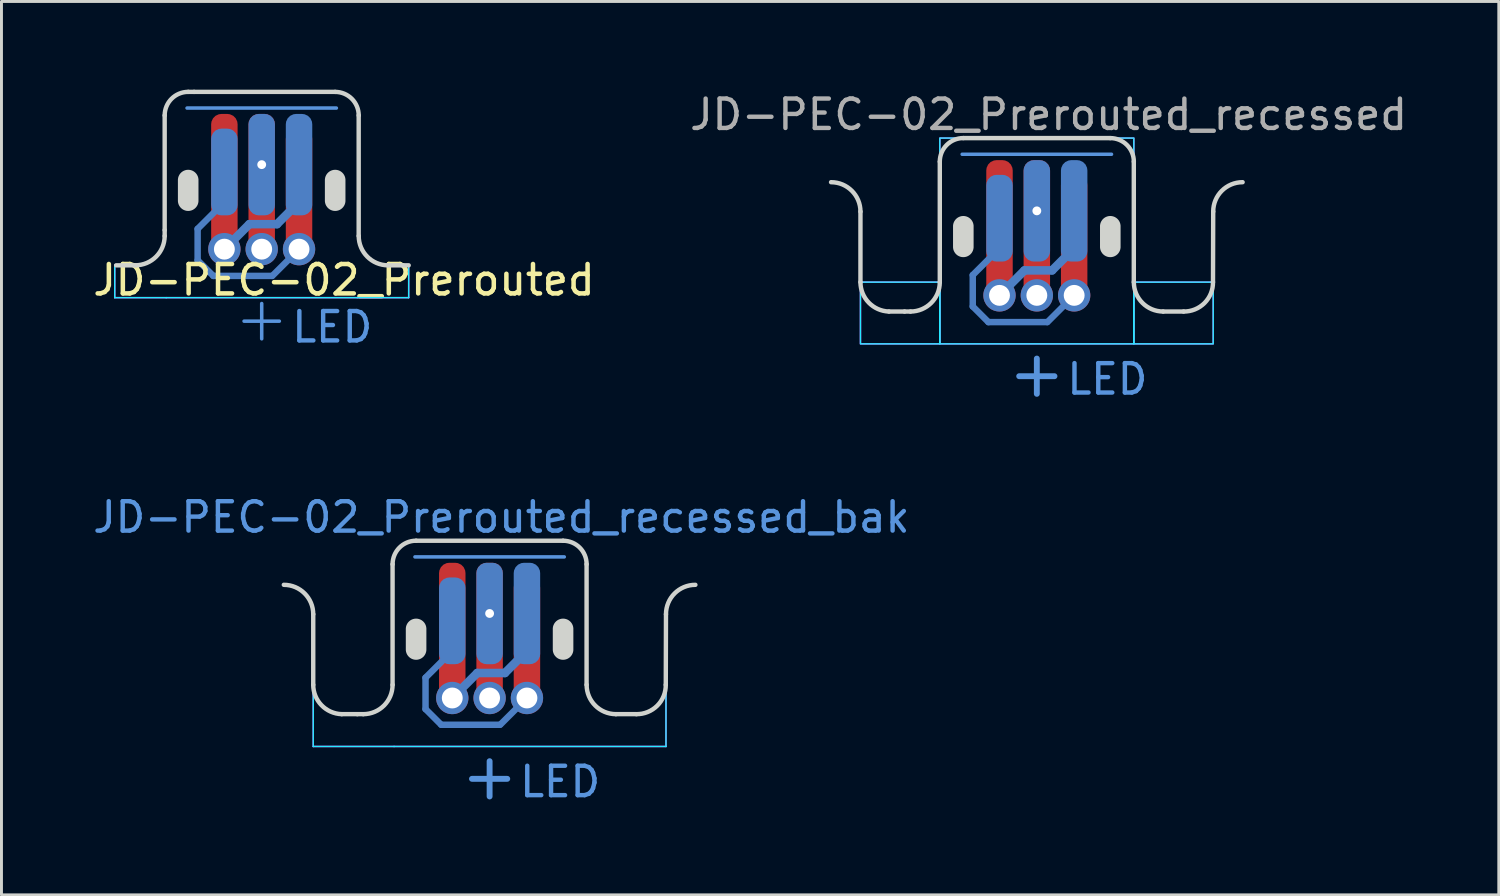
<source format=kicad_pcb>
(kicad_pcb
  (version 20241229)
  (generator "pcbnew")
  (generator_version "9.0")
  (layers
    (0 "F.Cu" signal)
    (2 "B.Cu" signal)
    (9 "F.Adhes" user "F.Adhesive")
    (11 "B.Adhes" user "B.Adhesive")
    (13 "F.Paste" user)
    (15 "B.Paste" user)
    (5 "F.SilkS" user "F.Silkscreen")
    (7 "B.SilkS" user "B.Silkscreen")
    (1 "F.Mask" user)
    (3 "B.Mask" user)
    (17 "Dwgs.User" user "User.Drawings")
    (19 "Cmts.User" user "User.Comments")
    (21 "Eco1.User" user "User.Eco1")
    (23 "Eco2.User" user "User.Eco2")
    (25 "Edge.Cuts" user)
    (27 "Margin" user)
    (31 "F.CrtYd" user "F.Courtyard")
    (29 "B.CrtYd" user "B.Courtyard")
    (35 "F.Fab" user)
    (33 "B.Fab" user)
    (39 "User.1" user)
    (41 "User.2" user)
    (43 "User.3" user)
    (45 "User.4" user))
  (footprint "JD-PEC-02_Prerouted_recessed_bak"
    (layer "F.Cu")
    (at 13.606 19.345)
    (property "Reference" "JD-PEC-02_Prerouted_recessed_bak" (at 0.4 -4.8 0) (layer "Cmts.User") (effects (font (size 1 1) (thickness 0.15))))
    (attr through_hole)
    (fp_line (start -2.54 -3.45) (end 2.54 -3.45) (stroke (width 0.12) (type solid)) (layer "Cmts.User"))
    (fp_line (start -0.6 4.1) (end 0.6 4.1) (stroke (width 0.2) (type solid)) (layer "Cmts.User"))
    (fp_line (start 0 3.5) (end 0 4.7) (stroke (width 0.2) (type solid)) (layer "Cmts.User"))
    (fp_line (start -6 -1.5) (end -6 0.9) (stroke (width 0.15) (type solid)) (layer "Edge.Cuts"))
    (fp_line (start -5.031 1.9) (end -4.5 1.9) (stroke (width 0.15) (type solid)) (layer "Edge.Cuts"))
    (fp_line (start -4.298 1.9) (end -4.5 1.9) (stroke (width 0.15) (type solid)) (layer "Edge.Cuts"))
    (fp_line (start -3.301 -3.2) (end -3.301 0.902) (stroke (width 0.15) (type solid)) (layer "Edge.Cuts"))
    (fp_line (start 2.499 -4) (end -2.501 -4) (stroke (width 0.15) (type solid)) (layer "Edge.Cuts"))
    (fp_line (start 3.299 -3.2) (end 3.299 0.9) (stroke (width 0.15) (type solid)) (layer "Edge.Cuts"))
    (fp_line (start 4.298 1.9) (end 4.993 1.9) (stroke (width 0.15) (type solid)) (layer "Edge.Cuts"))
    (fp_line (start 6 -1.5) (end 5.993 0.9) (stroke (width 0.15) (type solid)) (layer "Edge.Cuts"))
    (fp_arc (start -7 -2.5) (mid -6.292893 -2.207107) (end -6 -1.5) (stroke (width 0.15) (type solid)) (layer "Edge.Cuts"))
    (fp_arc (start -5.031284 1.9) (mid -5.718428 1.596304) (end -6.000489 0.9) (stroke (width 0.15) (type solid)) (layer "Edge.Cuts"))
    (fp_arc (start -3.300852 -3.2) (mid -3.066589 -3.765986) (end -2.500853 -4.000852) (stroke (width 0.15) (type solid)) (layer "Edge.Cuts"))
    (fp_arc (start -3.300852 0.902) (mid -3.592971 1.607142) (end -4.297807 1.9) (stroke (width 0.15) (type solid)) (layer "Edge.Cuts"))
    (fp_arc (start 2.499148 -4) (mid 3.065384 -3.765987) (end 3.3 -3.2) (stroke (width 0.15) (type solid)) (layer "Edge.Cuts"))
    (fp_arc (start 4.297807 1.9) (mid 3.592117 1.606333) (end 3.299998 0.9) (stroke (width 0.15) (type solid)) (layer "Edge.Cuts"))
    (fp_arc (start 5.992893 0.9) (mid 5.703928 1.611035) (end 4.992893 1.9) (stroke (width 0.15) (type solid)) (layer "Edge.Cuts"))
    (fp_arc (start 6 -1.5) (mid 6.292893 -2.207107) (end 7 -2.5) (stroke (width 0.15) (type solid)) (layer "Edge.Cuts"))
    (fp_poly (pts (arc (start -2.150853 -1.000001) (mid -2.500852 -1.35) (end -2.850851 -1.000001)) (arc (start -2.850851 -0.300002) (mid -2.500852 0.049997) (end -2.150853 -0.300002))) (stroke (width 0) (type solid)) (fill yes) (layer "Edge.Cuts"))
    (fp_poly (pts (arc (start 2.849147 -1.000001) (mid 2.499148 -1.35) (end 2.149149 -1.000001)) (arc (start 2.149149 -0.300002) (mid 2.499148 0.049997) (end 2.849147 -0.300002))) (stroke (width 0) (type solid)) (fill yes) (layer "Edge.Cuts"))
    (fp_line (start -6 0.9) (end -6 3) (stroke (width 0.05) (type solid)) (layer "B.CrtYd"))
    (fp_line (start -6 3) (end -3.25 3) (stroke (width 0.05) (type solid)) (layer "B.CrtYd"))
    (fp_line (start -4.2 1.9) (end -5.031 1.9) (stroke (width 0.05) (type solid)) (layer "B.CrtYd"))
    (fp_line (start -3.301 -3.2) (end -3.301 0.902) (stroke (width 0.05) (type solid)) (layer "B.CrtYd"))
    (fp_line (start -2.501 -4) (end 2.5 -4) (stroke (width 0.05) (type solid)) (layer "B.CrtYd"))
    (fp_line (start 3.3 -3.2) (end 3.299 0.9) (stroke (width 0.05) (type solid)) (layer "B.CrtYd"))
    (fp_line (start 4.298 1.9) (end 5 1.9) (stroke (width 0.05) (type solid)) (layer "B.CrtYd"))
    (fp_line (start 6 0.9) (end 6 3) (stroke (width 0.05) (type solid)) (layer "B.CrtYd"))
    (fp_line (start 6 3) (end -3.25 3) (stroke (width 0.05) (type solid)) (layer "B.CrtYd"))
    (fp_arc (start -5.031284 1.9) (mid -5.718408 1.596284) (end -6.000489 0.9) (stroke (width 0.05) (type solid)) (layer "B.CrtYd"))
    (fp_arc (start -3.300852 -3.2) (mid -3.066589 -3.765986) (end -2.500853 -4.000852) (stroke (width 0.05) (type solid)) (layer "B.CrtYd"))
    (fp_arc (start -3.299511 0.9) (mid -3.581593 1.596284) (end -4.268716 1.9) (stroke (width 0.05) (type solid)) (layer "B.CrtYd"))
    (fp_arc (start 2.5 -4) (mid 3.065685 -3.765685) (end 3.3 -3.2) (stroke (width 0.05) (type solid)) (layer "B.CrtYd"))
    (fp_arc (start 4.297807 1.9) (mid 3.592051 1.606398) (end 3.299998 0.9) (stroke (width 0.05) (type solid)) (layer "B.CrtYd"))
    (fp_arc (start 6 0.9) (mid 5.707107 1.607107) (end 5 1.9) (stroke (width 0.05) (type solid)) (layer "B.CrtYd"))
    (fp_line (start -6 0.9) (end -6 3) (stroke (width 0.05) (type solid)) (layer "F.CrtYd"))
    (fp_line (start -6 3) (end -3.25 3) (stroke (width 0.05) (type solid)) (layer "F.CrtYd"))
    (fp_line (start -4.2 1.9) (end -5.031 1.9) (stroke (width 0.05) (type solid)) (layer "F.CrtYd"))
    (fp_line (start -3.301 -3.2) (end -3.301 0.902) (stroke (width 0.05) (type solid)) (layer "F.CrtYd"))
    (fp_line (start -2.501 -4) (end 2.5 -4) (stroke (width 0.05) (type solid)) (layer "F.CrtYd"))
    (fp_line (start 3.3 -3.2) (end 3.299 0.9) (stroke (width 0.05) (type solid)) (layer "F.CrtYd"))
    (fp_line (start 4.298 1.9) (end 5 1.9) (stroke (width 0.05) (type solid)) (layer "F.CrtYd"))
    (fp_line (start 6 0.9) (end 6 3) (stroke (width 0.05) (type solid)) (layer "F.CrtYd"))
    (fp_line (start 6 3) (end -3.25 3) (stroke (width 0.05) (type solid)) (layer "F.CrtYd"))
    (fp_arc (start -5.031284 1.9) (mid -5.718408 1.596284) (end -6.000489 0.9) (stroke (width 0.05) (type solid)) (layer "F.CrtYd"))
    (fp_arc (start -3.300852 -3.2) (mid -3.066589 -3.765986) (end -2.500853 -4.000852) (stroke (width 0.05) (type solid)) (layer "F.CrtYd"))
    (fp_arc (start -3.299511 0.9) (mid -3.581572 1.596304) (end -4.268716 1.9) (stroke (width 0.05) (type solid)) (layer "F.CrtYd"))
    (fp_arc (start 2.5 -4) (mid 3.065685 -3.765685) (end 3.3 -3.2) (stroke (width 0.05) (type solid)) (layer "F.CrtYd"))
    (fp_arc (start 4.297807 1.9) (mid 3.592117 1.606333) (end 3.299998 0.9) (stroke (width 0.05) (type solid)) (layer "F.CrtYd"))
    (fp_arc (start 6 0.9) (mid 5.707107 1.607107) (end 5 1.9) (stroke (width 0.05) (type solid)) (layer "F.CrtYd"))
    (fp_text user "LED" (at 2.4 4.2 0) (unlocked yes) (layer "Cmts.User") (effects (font (size 1 1) (thickness 0.15))))
    (pad "1" smd oval (at -2.18 1.194 90) (size 1.287 0.22) (layers "B.Cu"))
    (pad "1" smd oval (at -1.913 1.994 315) (size 0.974 0.22) (layers "B.Cu"))
    (pad "1" smd oval (at -1.725 0.205 45) (size 1.507 0.22) (layers "B.Cu"))
    (pad "1" smd roundrect (at -1.27 -1.275) (size 0.9 2.95) (layers "B.Cu" "B.Mask") (roundrect_rratio 0.389))
    (pad "1" smd oval (at -0.651 2.26) (size 2.212 0.22) (layers "B.Cu"))
    (pad "1" smd oval (at 0.815 1.805 45) (size 1.507 0.22) (layers "B.Cu"))
    (pad "1" smd roundrect (at 1.27 -0.475) (size 0.9 4.55) (layers "F.Cu" "F.Mask") (roundrect_rratio 0.389))
    (pad "1" thru_hole circle (at 1.27 1.35) (size 1.1 1.1) (drill 0.71) (layers "*.Cu" "*.Mask"))
    (pad "2" thru_hole circle (at 0 -1.525) (size 0.6 0.6) (drill 0.3) (layers "*.Cu" "*.Mask"))
    (pad "2" smd roundrect (at 0 -1.525) (size 0.9 3.45) (layers "B.Cu" "B.Mask") (roundrect_rratio 0.389))
    (pad "2" smd roundrect (at 0 -0.725) (size 0.9 5.05) (layers "F.Cu" "F.Mask") (roundrect_rratio 0.389))
    (pad "2" thru_hole circle (at 0 1.35) (size 1.1 1.1) (drill 0.71) (layers "*.Cu" "*.Mask"))
    (pad "3" smd roundrect (at -1.27 -0.725) (size 0.9 5.05) (layers "F.Cu" "F.Mask") (roundrect_rratio 0.389))
    (pad "3" thru_hole circle (at -1.27 1.35) (size 1.1 1.1) (drill 0.71) (layers "*.Cu" "*.Mask"))
    (pad "3" smd oval (at -0.845 0.925 45) (size 1.492 0.29) (layers "B.Cu"))
    (pad "3" smd oval (at 0.05 0.5) (size 1.23 0.29) (layers "B.Cu"))
    (pad "3" smd oval (at 0.895 0.125 45) (size 1.351 0.29) (layers "B.Cu"))
    (pad "3" smd roundrect (at 1.27 -1.525) (size 0.9 3.45) (layers "B.Cu" "B.Mask") (roundrect_rratio 0.389)))
  (footprint "JD-PEC-02_Prerouted"
    (layer "F.Cu")
    (at 5.853 4.076)
    (property "Reference" "JD-PEC-02_Prerouted" (at 2.8 2.4 0) (layer "F.SilkS") (effects (font (size 1 1) (thickness 0.153))))
    (attr through_hole)
    (fp_line (start -2.54 -3.45) (end 2.54 -3.45) (stroke (width 0.12) (type solid)) (layer "Cmts.User"))
    (fp_line (start -0.6 3.8) (end 0.6 3.8) (stroke (width 0.12) (type solid)) (layer "Cmts.User"))
    (fp_line (start 0 3.2) (end 0 4.4) (stroke (width 0.12) (type solid)) (layer "Cmts.User"))
    (fp_circle (center -1.271 1.3) (end -0.916 1.3) (stroke (width 0.15) (type solid)) (fill no) (layer "Eco1.User"))
    (fp_circle (center -0.001 1.3) (end 0.354 1.3) (stroke (width 0.15) (type solid)) (fill no) (layer "Eco1.User"))
    (fp_circle (center 1.269 1.3) (end 1.624 1.3) (stroke (width 0.15) (type solid)) (fill no) (layer "Eco1.User"))
    (fp_line (start -4.951 1.9) (end -4.298 1.9) (stroke (width 0.15) (type solid)) (layer "Edge.Cuts"))
    (fp_line (start -3.301 -3.2) (end -3.301 0.7) (stroke (width 0.15) (type solid)) (layer "Edge.Cuts"))
    (fp_line (start -3.301 0.7) (end -3.301 0.902) (stroke (width 0.15) (type solid)) (layer "Edge.Cuts"))
    (fp_line (start -2.501 -4) (end -2.3 -4) (stroke (width 0.15) (type solid)) (layer "Edge.Cuts"))
    (fp_line (start 2.499 -4) (end -2.3 -4) (stroke (width 0.15) (type solid)) (layer "Edge.Cuts"))
    (fp_line (start 3.299 -3.2) (end 3.299 0.9) (stroke (width 0.15) (type solid)) (layer "Edge.Cuts"))
    (fp_line (start 4.298 1.9) (end 5 1.9) (stroke (width 0.15) (type solid)) (layer "Edge.Cuts"))
    (fp_arc (start -3.300852 -3.2) (mid -3.066589 -3.765986) (end -2.500853 -4.000852) (stroke (width 0.15) (type solid)) (layer "Edge.Cuts"))
    (fp_arc (start -3.300852 0.902) (mid -3.593427 1.606438) (end -4.297809 1.899148) (stroke (width 0.15) (type solid)) (layer "Edge.Cuts"))
    (fp_arc (start 2.499148 -4) (mid 3.065384 -3.765987) (end 3.3 -3.2) (stroke (width 0.15) (type solid)) (layer "Edge.Cuts"))
    (fp_arc (start 4.297807 1.9) (mid 3.592117 1.606333) (end 3.299998 0.9) (stroke (width 0.15) (type solid)) (layer "Edge.Cuts"))
    (fp_poly (pts (arc (start -2.150853 -1.000001) (mid -2.500852 -1.35) (end -2.850851 -1.000001)) (arc (start -2.850851 -0.300002) (mid -2.500852 0.049997) (end -2.150853 -0.300002))) (stroke (width 0) (type solid)) (fill yes) (layer "Edge.Cuts"))
    (fp_poly (pts (arc (start 2.849147 -1.000001) (mid 2.499148 -1.35) (end 2.149149 -1.000001)) (arc (start 2.149149 -0.300002) (mid 2.499148 0.049997) (end 2.849147 -0.300002))) (stroke (width 0) (type solid)) (fill yes) (layer "Edge.Cuts"))
    (fp_line (start -5 1.9) (end -5 3) (stroke (width 0.05) (type solid)) (layer "B.CrtYd"))
    (fp_line (start -5 3) (end -3.25 3) (stroke (width 0.05) (type solid)) (layer "B.CrtYd"))
    (fp_line (start -4.2 1.9) (end -5 1.9) (stroke (width 0.05) (type solid)) (layer "B.CrtYd"))
    (fp_line (start -3.301 -3.2) (end -3.301 0.902) (stroke (width 0.05) (type solid)) (layer "B.CrtYd"))
    (fp_line (start -2.501 -4) (end 2.499 -4) (stroke (width 0.05) (type solid)) (layer "B.CrtYd"))
    (fp_line (start 3.25 3) (end -3.25 3) (stroke (width 0.05) (type solid)) (layer "B.CrtYd"))
    (fp_line (start 3.299 -3.2) (end 3.299 0.9) (stroke (width 0.05) (type solid)) (layer "B.CrtYd"))
    (fp_line (start 4.298 1.9) (end 5 1.9) (stroke (width 0.05) (type solid)) (layer "B.CrtYd"))
    (fp_line (start 5 1.9) (end 5 3) (stroke (width 0.05) (type solid)) (layer "B.CrtYd"))
    (fp_line (start 5 3) (end 3.25 3) (stroke (width 0.05) (type solid)) (layer "B.CrtYd"))
    (fp_arc (start -3.300852 -3.2) (mid -3.06651 -3.765907) (end -2.500853 -4.000852) (stroke (width 0.05) (type solid)) (layer "B.CrtYd"))
    (fp_arc (start -3.300852 0.902) (mid -3.559786 1.571233) (end -4.200581 1.894191) (stroke (width 0.05) (type solid)) (layer "B.CrtYd"))
    (fp_arc (start 2.499148 -4) (mid 3.065464 -3.766067) (end 3.3 -3.2) (stroke (width 0.05) (type solid)) (layer "B.CrtYd"))
    (fp_arc (start 4.297807 1.9) (mid 3.5907 1.607107) (end 3.297807 0.9) (stroke (width 0.05) (type solid)) (layer "B.CrtYd"))
    (fp_line (start -5 1.9) (end -5 3) (stroke (width 0.05) (type solid)) (layer "F.CrtYd"))
    (fp_line (start -5 3) (end -3.25 3) (stroke (width 0.05) (type solid)) (layer "F.CrtYd"))
    (fp_line (start -4.2 1.9) (end -5 1.9) (stroke (width 0.05) (type solid)) (layer "F.CrtYd"))
    (fp_line (start -3.301 -3.2) (end -3.301 0.902) (stroke (width 0.05) (type solid)) (layer "F.CrtYd"))
    (fp_line (start -2.501 -4) (end 2.499 -4) (stroke (width 0.05) (type solid)) (layer "F.CrtYd"))
    (fp_line (start 3.25 3) (end -3.25 3) (stroke (width 0.05) (type solid)) (layer "F.CrtYd"))
    (fp_line (start 3.299 -3.2) (end 3.299 0.9) (stroke (width 0.05) (type solid)) (layer "F.CrtYd"))
    (fp_line (start 4.298 1.9) (end 5 1.9) (stroke (width 0.05) (type solid)) (layer "F.CrtYd"))
    (fp_line (start 5 1.9) (end 5 3) (stroke (width 0.05) (type solid)) (layer "F.CrtYd"))
    (fp_line (start 5 3) (end 3.25 3) (stroke (width 0.05) (type solid)) (layer "F.CrtYd"))
    (fp_arc (start -3.300852 -3.2) (mid -3.066589 -3.765986) (end -2.500853 -4.000852) (stroke (width 0.05) (type solid)) (layer "F.CrtYd"))
    (fp_arc (start -3.300852 0.902) (mid -3.559849 1.571176) (end -4.200581 1.894191) (stroke (width 0.05) (type solid)) (layer "F.CrtYd"))
    (fp_arc (start 2.499148 -4) (mid 3.065384 -3.765987) (end 3.3 -3.2) (stroke (width 0.05) (type solid)) (layer "F.CrtYd"))
    (fp_arc (start 4.297807 1.9) (mid 3.5907 1.607107) (end 3.297807 0.9) (stroke (width 0.05) (type solid)) (layer "F.CrtYd"))
    (fp_text user "LED" (at 2.4 4 0) (unlocked yes) (layer "Cmts.User") (effects (font (size 1 1) (thickness 0.15))))
    (pad "1" smd oval (at -2.18 1.194 90) (size 1.287 0.22) (layers "B.Cu"))
    (pad "1" smd oval (at -1.913 1.994 315) (size 0.974 0.22) (layers "B.Cu"))
    (pad "1" smd oval (at -1.725 0.205 45) (size 1.507 0.22) (layers "B.Cu"))
    (pad "1" smd roundrect (at -1.27 -1.275) (size 0.9 2.95) (layers "B.Cu" "B.Mask") (roundrect_rratio 0.389))
    (pad "1" smd oval (at -0.651 2.26) (size 2.212 0.22) (layers "B.Cu"))
    (pad "1" smd oval (at 0.815 1.805 45) (size 1.507 0.22) (layers "B.Cu"))
    (pad "1" smd roundrect (at 1.27 -0.475) (size 0.9 4.55) (layers "F.Cu" "F.Mask") (roundrect_rratio 0.389))
    (pad "1" thru_hole circle (at 1.27 1.35) (size 1.1 1.1) (drill 0.71) (layers "*.Cu" "*.Mask"))
    (pad "2" thru_hole circle (at 0 -1.525) (size 0.6 0.6) (drill 0.3) (layers "*.Cu" "*.Mask"))
    (pad "2" smd roundrect (at 0 -1.525) (size 0.9 3.45) (layers "B.Cu" "B.Mask") (roundrect_rratio 0.389))
    (pad "2" smd roundrect (at 0 -0.725) (size 0.9 5.05) (layers "F.Cu" "F.Mask") (roundrect_rratio 0.389))
    (pad "2" thru_hole circle (at 0 1.35) (size 1.1 1.1) (drill 0.71) (layers "*.Cu" "*.Mask"))
    (pad "3" smd roundrect (at -1.27 -0.725) (size 0.9 5.05) (layers "F.Cu" "F.Mask") (roundrect_rratio 0.389))
    (pad "3" thru_hole circle (at -1.27 1.35) (size 1.1 1.1) (drill 0.71) (layers "*.Cu" "*.Mask"))
    (pad "3" smd oval (at -0.845 0.925 45) (size 1.492 0.29) (layers "B.Cu"))
    (pad "3" smd oval (at 0.05 0.5) (size 1.23 0.29) (layers "B.Cu"))
    (pad "3" smd oval (at 0.895 0.125 45) (size 1.351 0.29) (layers "B.Cu"))
    (pad "3" smd roundrect (at 1.27 -1.525) (size 0.9 3.45) (layers "B.Cu" "B.Mask") (roundrect_rratio 0.389)))
  (footprint "JD-PEC-02_Prerouted_recessed"
    (layer "F.Cu")
    (at 32.222 5.648)
    (property "Reference" "JD-PEC-02_Prerouted_recessed" (at 0.4 -4.8 0) (layer "F.Fab") (effects (font (size 1 1) (thickness 0.15))))
    (attr through_hole)
    (fp_line (start -2.54 -3.45) (end 2.54 -3.45) (stroke (width 0.12) (type solid)) (layer "Cmts.User"))
    (fp_line (start -0.6 4.1) (end 0.6 4.1) (stroke (width 0.2) (type solid)) (layer "Cmts.User"))
    (fp_line (start 0 3.5) (end 0 4.7) (stroke (width 0.2) (type solid)) (layer "Cmts.User"))
    (fp_line (start -6 -1.5) (end -6 0.9) (stroke (width 0.15) (type solid)) (layer "Edge.Cuts"))
    (fp_line (start -5.031 1.9) (end -4.5 1.9) (stroke (width 0.15) (type solid)) (layer "Edge.Cuts"))
    (fp_line (start -4.298 1.9) (end -4.5 1.9) (stroke (width 0.15) (type solid)) (layer "Edge.Cuts"))
    (fp_line (start -3.301 -3.2) (end -3.301 0.902) (stroke (width 0.15) (type solid)) (layer "Edge.Cuts"))
    (fp_line (start 2.499 -4) (end -2.501 -4) (stroke (width 0.15) (type solid)) (layer "Edge.Cuts"))
    (fp_line (start 3.299 -3.2) (end 3.299 0.9) (stroke (width 0.15) (type solid)) (layer "Edge.Cuts"))
    (fp_line (start 4.298 1.9) (end 4.993 1.9) (stroke (width 0.15) (type solid)) (layer "Edge.Cuts"))
    (fp_line (start 6 -1.5) (end 5.993 0.9) (stroke (width 0.15) (type solid)) (layer "Edge.Cuts"))
    (fp_arc (start -7 -2.5) (mid -6.292893 -2.207107) (end -6 -1.5) (stroke (width 0.15) (type solid)) (layer "Edge.Cuts"))
    (fp_arc (start -5.031284 1.9) (mid -5.718428 1.596304) (end -6.000489 0.9) (stroke (width 0.15) (type solid)) (layer "Edge.Cuts"))
    (fp_arc (start -3.300852 -3.2) (mid -3.066589 -3.765986) (end -2.500853 -4.000852) (stroke (width 0.15) (type solid)) (layer "Edge.Cuts"))
    (fp_arc (start -3.300852 0.902) (mid -3.592971 1.607142) (end -4.297807 1.9) (stroke (width 0.15) (type solid)) (layer "Edge.Cuts"))
    (fp_arc (start 2.499148 -4) (mid 3.065384 -3.765987) (end 3.3 -3.2) (stroke (width 0.15) (type solid)) (layer "Edge.Cuts"))
    (fp_arc (start 4.297807 1.9) (mid 3.592117 1.606333) (end 3.299998 0.9) (stroke (width 0.15) (type solid)) (layer "Edge.Cuts"))
    (fp_arc (start 5.992893 0.9) (mid 5.703928 1.611035) (end 4.992893 1.9) (stroke (width 0.15) (type solid)) (layer "Edge.Cuts"))
    (fp_arc (start 6 -1.5) (mid 6.292893 -2.207107) (end 7 -2.5) (stroke (width 0.15) (type solid)) (layer "Edge.Cuts"))
    (fp_poly (pts (arc (start -2.150853 -1.000001) (mid -2.500852 -1.35) (end -2.850851 -1.000001)) (arc (start -2.850851 -0.300002) (mid -2.500852 0.049997) (end -2.150853 -0.300002))) (stroke (width 0) (type solid)) (fill yes) (layer "Edge.Cuts"))
    (fp_poly (pts (arc (start 2.849147 -1.000001) (mid 2.499148 -1.35) (end 2.149149 -1.000001)) (arc (start 2.149149 -0.300002) (mid 2.499148 0.049997) (end 2.849147 -0.300002))) (stroke (width 0) (type solid)) (fill yes) (layer "Edge.Cuts"))
    (fp_rect (start -3.3 -4) (end 3.3 3) (stroke (width 0.05) (type solid)) (fill no) (layer "B.CrtYd"))
    (fp_rect (start -3.3 0.9) (end -6 3) (stroke (width 0.05) (type solid)) (fill no) (layer "B.CrtYd"))
    (fp_rect (start 6 0.9) (end 3.3 3) (stroke (width 0.05) (type solid)) (fill no) (layer "B.CrtYd"))
    (fp_rect (start -3.3 -4) (end 3.3 3) (stroke (width 0.05) (type solid)) (fill no) (layer "F.CrtYd"))
    (fp_rect (start -3.3 0.9) (end -6 3) (stroke (width 0.05) (type solid)) (fill no) (layer "F.CrtYd"))
    (fp_rect (start 6 0.9) (end 3.3 3) (stroke (width 0.05) (type solid)) (fill no) (layer "F.CrtYd"))
    (fp_text user "LED" (at 2.4 4.2 0) (unlocked yes) (layer "Cmts.User") (effects (font (size 1 1) (thickness 0.15))))
    (pad "1" smd oval (at -2.18 1.194 90) (size 1.287 0.22) (layers "B.Cu"))
    (pad "1" smd oval (at -1.913 1.994 315) (size 0.974 0.22) (layers "B.Cu"))
    (pad "1" smd oval (at -1.725 0.205 45) (size 1.507 0.22) (layers "B.Cu"))
    (pad "1" smd roundrect (at -1.27 -1.275) (size 0.9 2.95) (layers "B.Cu" "B.Mask") (roundrect_rratio 0.389))
    (pad "1" smd oval (at -0.651 2.26) (size 2.212 0.22) (layers "B.Cu"))
    (pad "1" smd oval (at 0.815 1.805 45) (size 1.507 0.22) (layers "B.Cu"))
    (pad "1" smd roundrect (at 1.27 -0.475) (size 0.9 4.55) (layers "F.Cu" "F.Mask") (roundrect_rratio 0.389))
    (pad "1" thru_hole circle (at 1.27 1.35) (size 1.1 1.1) (drill 0.71) (layers "*.Cu" "*.Mask"))
    (pad "2" thru_hole circle (at 0 -1.525) (size 0.6 0.6) (drill 0.3) (layers "*.Cu" "*.Mask"))
    (pad "2" smd roundrect (at 0 -1.525) (size 0.9 3.45) (layers "B.Cu" "B.Mask") (roundrect_rratio 0.389))
    (pad "2" smd roundrect (at 0 -0.725) (size 0.9 5.05) (layers "F.Cu" "F.Mask") (roundrect_rratio 0.389))
    (pad "2" thru_hole circle (at 0 1.35) (size 1.1 1.1) (drill 0.71) (layers "*.Cu" "*.Mask"))
    (pad "3" smd roundrect (at -1.27 -0.725) (size 0.9 5.05) (layers "F.Cu" "F.Mask") (roundrect_rratio 0.389))
    (pad "3" thru_hole circle (at -1.27 1.35) (size 1.1 1.1) (drill 0.71) (layers "*.Cu" "*.Mask"))
    (pad "3" smd oval (at -0.845 0.925 45) (size 1.492 0.29) (layers "B.Cu"))
    (pad "3" smd oval (at 0.05 0.5) (size 1.23 0.29) (layers "B.Cu"))
    (pad "3" smd oval (at 0.895 0.125 45) (size 1.351 0.29) (layers "B.Cu"))
    (pad "3" smd roundrect (at 1.27 -1.525) (size 0.9 3.45) (layers "B.Cu" "B.Mask") (roundrect_rratio 0.389)))
  (gr_rect
    (start -3 -3)
    (end 47.938 27.393)
    (stroke (width 0.1) (type default))
    (fill no)
    (layer "Edge.Cuts")))
</source>
